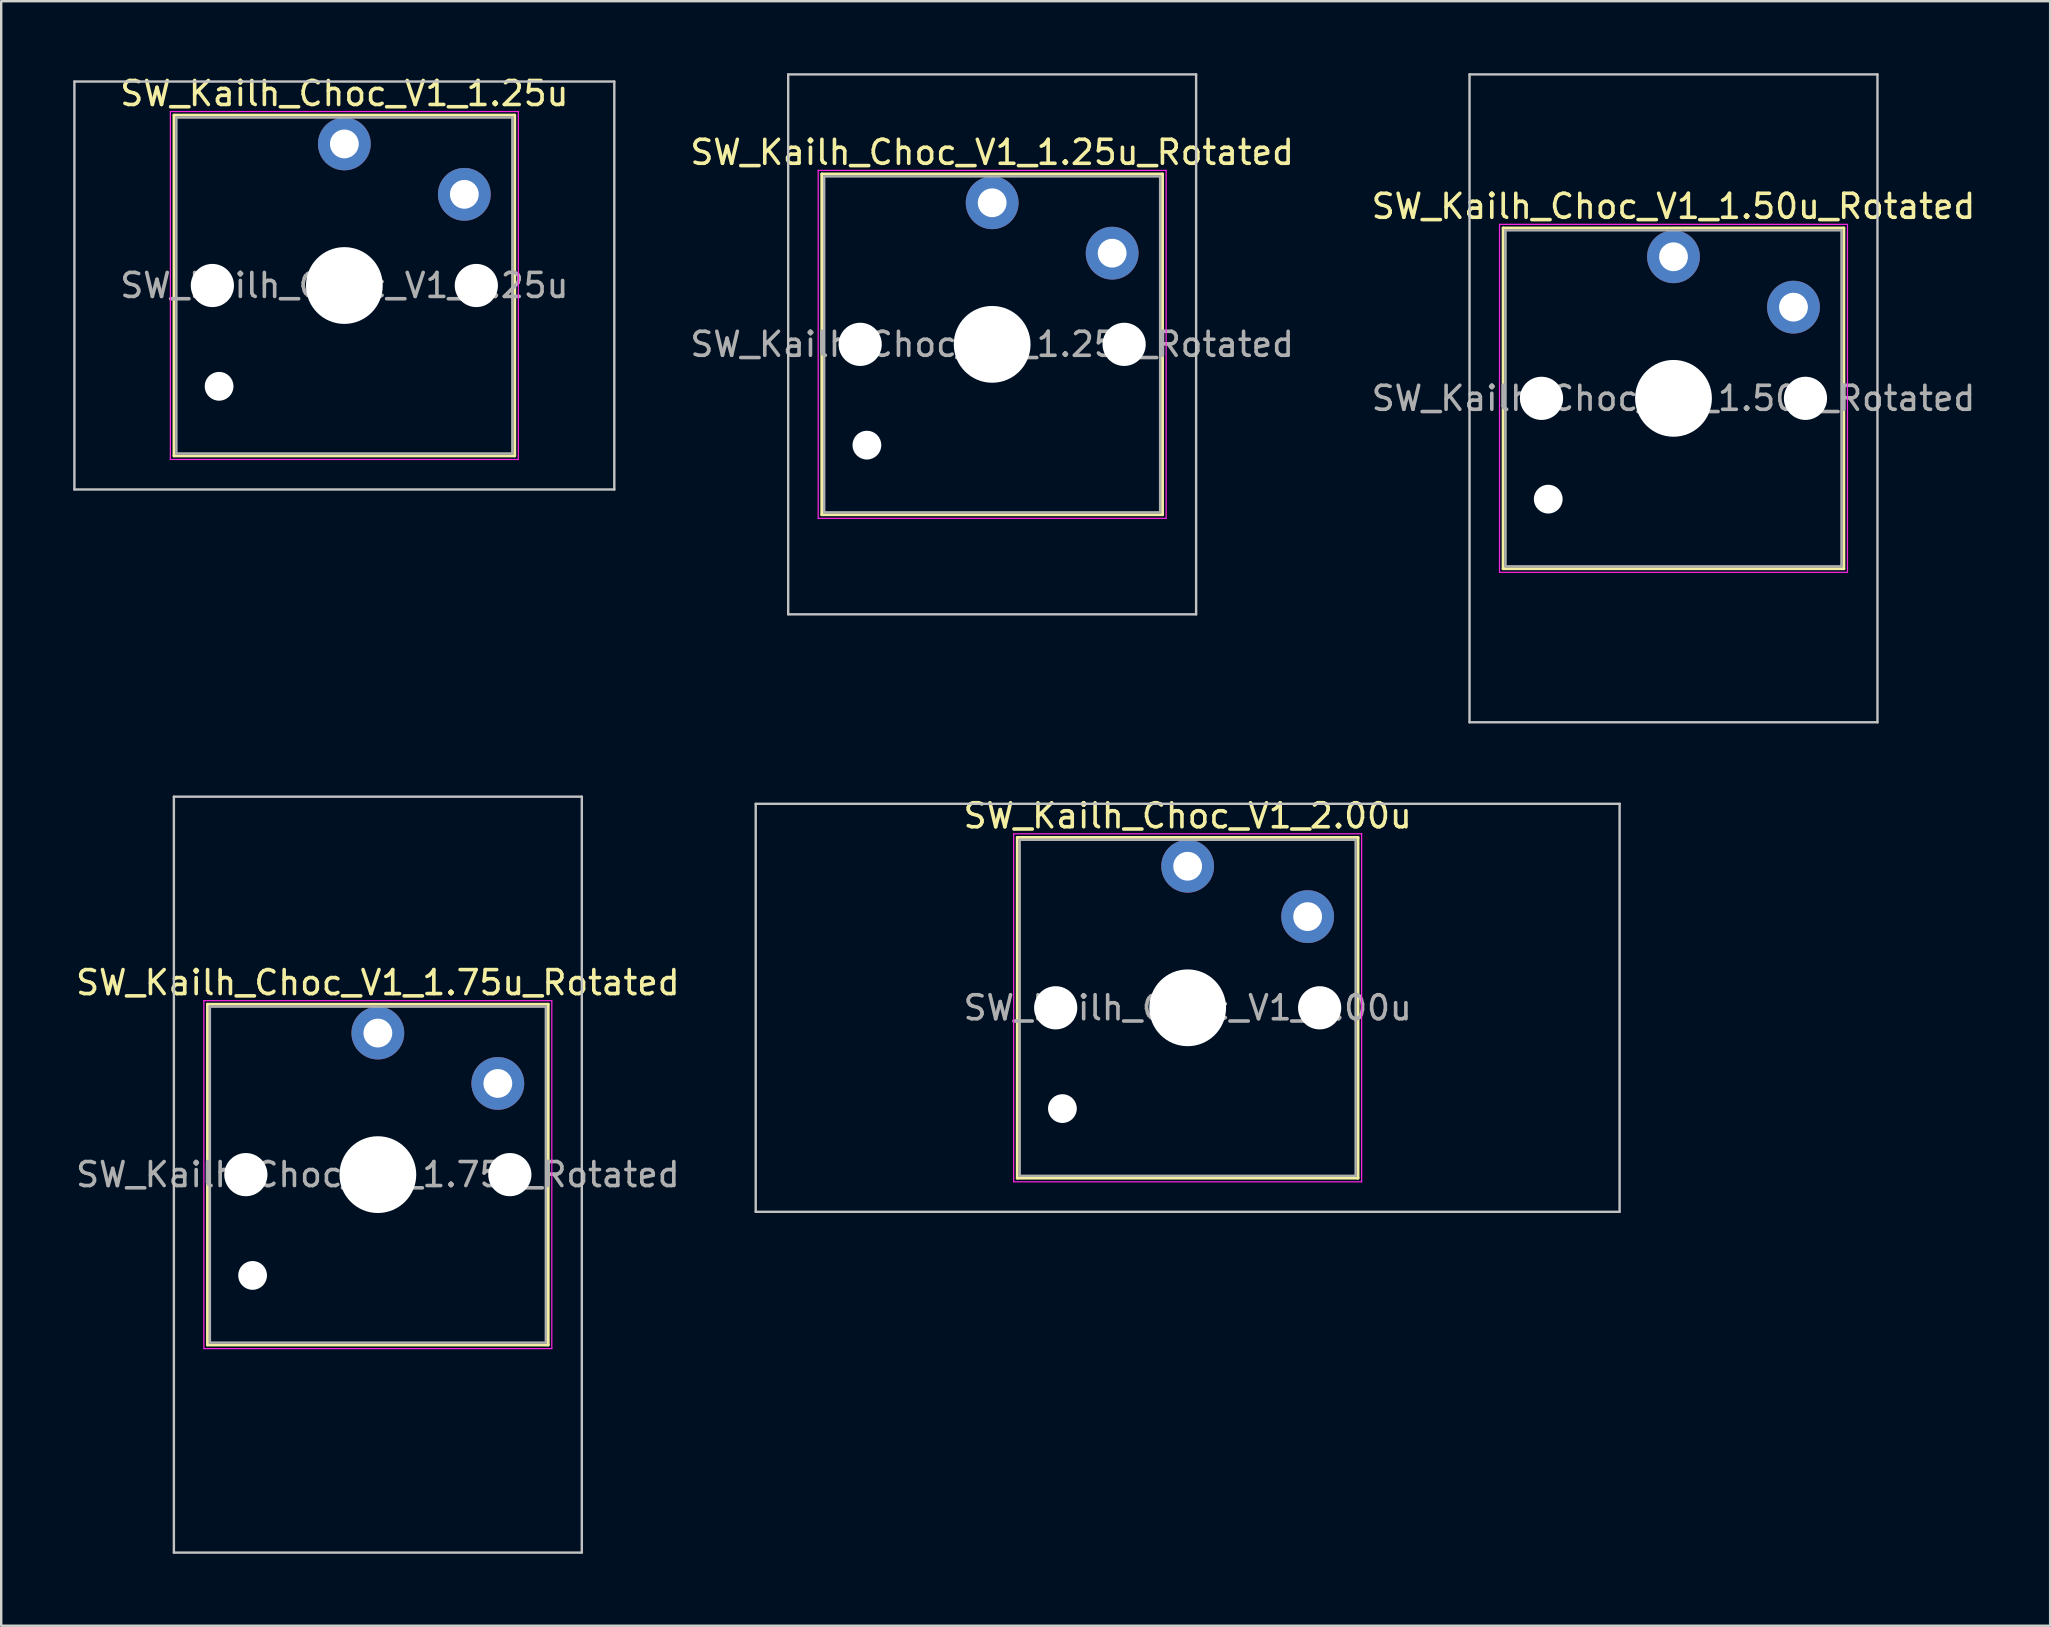
<source format=kicad_pcb>
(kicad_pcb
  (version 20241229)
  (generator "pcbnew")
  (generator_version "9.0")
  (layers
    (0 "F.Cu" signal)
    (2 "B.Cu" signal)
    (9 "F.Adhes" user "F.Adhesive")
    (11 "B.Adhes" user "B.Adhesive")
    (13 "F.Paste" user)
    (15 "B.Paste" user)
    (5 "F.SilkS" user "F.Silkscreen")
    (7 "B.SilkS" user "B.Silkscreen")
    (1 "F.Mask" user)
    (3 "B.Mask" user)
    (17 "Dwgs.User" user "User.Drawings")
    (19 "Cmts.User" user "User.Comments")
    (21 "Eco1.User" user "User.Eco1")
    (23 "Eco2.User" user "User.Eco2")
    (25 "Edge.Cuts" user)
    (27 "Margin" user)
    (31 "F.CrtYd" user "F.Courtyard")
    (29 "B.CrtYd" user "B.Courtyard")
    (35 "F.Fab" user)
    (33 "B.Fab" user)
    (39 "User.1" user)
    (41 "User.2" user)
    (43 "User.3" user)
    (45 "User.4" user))
  (footprint "SW_Kailh_Choc_V1_1.75u_Rotated"
    (layer "F.Cu")
    (at 12.696 45.9)
    (property "Reference" "SW_Kailh_Choc_V1_1.75u_Rotated" (at 0 -8 0) (layer "F.SilkS") (effects (font (size 1 1) (thickness 0.15))))
    (attr through_hole)
    (fp_line (start -7.1 -7.1) (end -7.1 7.1) (stroke (width 0.12) (type solid)) (layer "F.SilkS"))
    (fp_line (start -7.1 7.1) (end 7.1 7.1) (stroke (width 0.12) (type solid)) (layer "F.SilkS"))
    (fp_line (start 7.1 -7.1) (end -7.1 -7.1) (stroke (width 0.12) (type solid)) (layer "F.SilkS"))
    (fp_line (start 7.1 7.1) (end 7.1 -7.1) (stroke (width 0.12) (type solid)) (layer "F.SilkS"))
    (fp_line (start -8.5 -15.75) (end -8.5 15.75) (stroke (width 0.1) (type solid)) (layer "Dwgs.User"))
    (fp_line (start -8.5 15.75) (end 8.5 15.75) (stroke (width 0.1) (type solid)) (layer "Dwgs.User"))
    (fp_line (start 8.5 -15.75) (end -8.5 -15.75) (stroke (width 0.1) (type solid)) (layer "Dwgs.User"))
    (fp_line (start 8.5 15.75) (end 8.5 -15.75) (stroke (width 0.1) (type solid)) (layer "Dwgs.User"))
    (fp_line (start -7.25 -7.25) (end -7.25 7.25) (stroke (width 0.05) (type solid)) (layer "F.CrtYd"))
    (fp_line (start -7.25 7.25) (end 7.25 7.25) (stroke (width 0.05) (type solid)) (layer "F.CrtYd"))
    (fp_line (start 7.25 -7.25) (end -7.25 -7.25) (stroke (width 0.05) (type solid)) (layer "F.CrtYd"))
    (fp_line (start 7.25 7.25) (end 7.25 -7.25) (stroke (width 0.05) (type solid)) (layer "F.CrtYd"))
    (fp_line (start -7 -7) (end -7 7) (stroke (width 0.1) (type solid)) (layer "F.Fab"))
    (fp_line (start -7 7) (end 7 7) (stroke (width 0.1) (type solid)) (layer "F.Fab"))
    (fp_line (start 7 -7) (end -7 -7) (stroke (width 0.1) (type solid)) (layer "F.Fab"))
    (fp_line (start 7 7) (end 7 -7) (stroke (width 0.1) (type solid)) (layer "F.Fab"))
    (fp_text user "${REFERENCE}" (at 0 0 0) (layer "F.Fab") (effects (font (size 1 1) (thickness 0.15))))
    (pad "" np_thru_hole circle (at -5.5 0) (size 1.8 1.8) (drill 1.8) (layers "*.Cu" "*.Mask"))
    (pad "" np_thru_hole circle (at -5.22 4.2) (size 1.2 1.2) (drill 1.2) (layers "*.Cu" "*.Mask"))
    (pad "" np_thru_hole circle (at 0 0) (size 3.2 3.2) (drill 3.2) (layers "*.Cu" "*.Mask"))
    (pad "" np_thru_hole circle (at 5.5 0) (size 1.8 1.8) (drill 1.8) (layers "*.Cu" "*.Mask"))
    (pad "1" thru_hole circle (at 0 -5.9) (size 2.2 2.2) (drill 1.2) (layers "*.Cu" "B.Mask"))
    (pad "2" thru_hole circle (at 5 -3.8) (size 2.2 2.2) (drill 1.2) (layers "*.Cu" "B.Mask")))
  (footprint "SW_Kailh_Choc_V1_1.25u_Rotated"
    (layer "F.Cu")
    (at 38.296 11.3)
    (property "Reference" "SW_Kailh_Choc_V1_1.25u_Rotated" (at 0 -8 0) (layer "F.SilkS") (effects (font (size 1 1) (thickness 0.15))))
    (attr through_hole)
    (fp_line (start -7.1 -7.1) (end -7.1 7.1) (stroke (width 0.12) (type solid)) (layer "F.SilkS"))
    (fp_line (start -7.1 7.1) (end 7.1 7.1) (stroke (width 0.12) (type solid)) (layer "F.SilkS"))
    (fp_line (start 7.1 -7.1) (end -7.1 -7.1) (stroke (width 0.12) (type solid)) (layer "F.SilkS"))
    (fp_line (start 7.1 7.1) (end 7.1 -7.1) (stroke (width 0.12) (type solid)) (layer "F.SilkS"))
    (fp_line (start -8.5 -11.25) (end -8.5 11.25) (stroke (width 0.1) (type solid)) (layer "Dwgs.User"))
    (fp_line (start -8.5 11.25) (end 8.5 11.25) (stroke (width 0.1) (type solid)) (layer "Dwgs.User"))
    (fp_line (start 8.5 -11.25) (end -8.5 -11.25) (stroke (width 0.1) (type solid)) (layer "Dwgs.User"))
    (fp_line (start 8.5 11.25) (end 8.5 -11.25) (stroke (width 0.1) (type solid)) (layer "Dwgs.User"))
    (fp_line (start -7.25 -7.25) (end -7.25 7.25) (stroke (width 0.05) (type solid)) (layer "F.CrtYd"))
    (fp_line (start -7.25 7.25) (end 7.25 7.25) (stroke (width 0.05) (type solid)) (layer "F.CrtYd"))
    (fp_line (start 7.25 -7.25) (end -7.25 -7.25) (stroke (width 0.05) (type solid)) (layer "F.CrtYd"))
    (fp_line (start 7.25 7.25) (end 7.25 -7.25) (stroke (width 0.05) (type solid)) (layer "F.CrtYd"))
    (fp_line (start -7 -7) (end -7 7) (stroke (width 0.1) (type solid)) (layer "F.Fab"))
    (fp_line (start -7 7) (end 7 7) (stroke (width 0.1) (type solid)) (layer "F.Fab"))
    (fp_line (start 7 -7) (end -7 -7) (stroke (width 0.1) (type solid)) (layer "F.Fab"))
    (fp_line (start 7 7) (end 7 -7) (stroke (width 0.1) (type solid)) (layer "F.Fab"))
    (fp_text user "${REFERENCE}" (at 0 0 0) (layer "F.Fab") (effects (font (size 1 1) (thickness 0.15))))
    (pad "" np_thru_hole circle (at -5.5 0) (size 1.8 1.8) (drill 1.8) (layers "*.Cu" "*.Mask"))
    (pad "" np_thru_hole circle (at -5.22 4.2) (size 1.2 1.2) (drill 1.2) (layers "*.Cu" "*.Mask"))
    (pad "" np_thru_hole circle (at 0 0) (size 3.2 3.2) (drill 3.2) (layers "*.Cu" "*.Mask"))
    (pad "" np_thru_hole circle (at 5.5 0) (size 1.8 1.8) (drill 1.8) (layers "*.Cu" "*.Mask"))
    (pad "1" thru_hole circle (at 0 -5.9) (size 2.2 2.2) (drill 1.2) (layers "*.Cu" "B.Mask"))
    (pad "2" thru_hole circle (at 5 -3.8) (size 2.2 2.2) (drill 1.2) (layers "*.Cu" "B.Mask")))
  (footprint "SW_Kailh_Choc_V1_1.50u_Rotated"
    (layer "F.Cu")
    (at 66.689 13.55)
    (property "Reference" "SW_Kailh_Choc_V1_1.50u_Rotated" (at 0 -8 0) (layer "F.SilkS") (effects (font (size 1 1) (thickness 0.15))))
    (attr through_hole)
    (fp_line (start -7.1 -7.1) (end -7.1 7.1) (stroke (width 0.12) (type solid)) (layer "F.SilkS"))
    (fp_line (start -7.1 7.1) (end 7.1 7.1) (stroke (width 0.12) (type solid)) (layer "F.SilkS"))
    (fp_line (start 7.1 -7.1) (end -7.1 -7.1) (stroke (width 0.12) (type solid)) (layer "F.SilkS"))
    (fp_line (start 7.1 7.1) (end 7.1 -7.1) (stroke (width 0.12) (type solid)) (layer "F.SilkS"))
    (fp_line (start -8.5 -13.5) (end -8.5 13.5) (stroke (width 0.1) (type solid)) (layer "Dwgs.User"))
    (fp_line (start -8.5 13.5) (end 8.5 13.5) (stroke (width 0.1) (type solid)) (layer "Dwgs.User"))
    (fp_line (start 8.5 -13.5) (end -8.5 -13.5) (stroke (width 0.1) (type solid)) (layer "Dwgs.User"))
    (fp_line (start 8.5 13.5) (end 8.5 -13.5) (stroke (width 0.1) (type solid)) (layer "Dwgs.User"))
    (fp_line (start -7.25 -7.25) (end -7.25 7.25) (stroke (width 0.05) (type solid)) (layer "F.CrtYd"))
    (fp_line (start -7.25 7.25) (end 7.25 7.25) (stroke (width 0.05) (type solid)) (layer "F.CrtYd"))
    (fp_line (start 7.25 -7.25) (end -7.25 -7.25) (stroke (width 0.05) (type solid)) (layer "F.CrtYd"))
    (fp_line (start 7.25 7.25) (end 7.25 -7.25) (stroke (width 0.05) (type solid)) (layer "F.CrtYd"))
    (fp_line (start -7 -7) (end -7 7) (stroke (width 0.1) (type solid)) (layer "F.Fab"))
    (fp_line (start -7 7) (end 7 7) (stroke (width 0.1) (type solid)) (layer "F.Fab"))
    (fp_line (start 7 -7) (end -7 -7) (stroke (width 0.1) (type solid)) (layer "F.Fab"))
    (fp_line (start 7 7) (end 7 -7) (stroke (width 0.1) (type solid)) (layer "F.Fab"))
    (fp_text user "${REFERENCE}" (at 0 0 0) (layer "F.Fab") (effects (font (size 1 1) (thickness 0.15))))
    (pad "" np_thru_hole circle (at -5.5 0) (size 1.8 1.8) (drill 1.8) (layers "*.Cu" "*.Mask"))
    (pad "" np_thru_hole circle (at -5.22 4.2) (size 1.2 1.2) (drill 1.2) (layers "*.Cu" "*.Mask"))
    (pad "" np_thru_hole circle (at 0 0) (size 3.2 3.2) (drill 3.2) (layers "*.Cu" "*.Mask"))
    (pad "" np_thru_hole circle (at 5.5 0) (size 1.8 1.8) (drill 1.8) (layers "*.Cu" "*.Mask"))
    (pad "1" thru_hole circle (at 0 -5.9) (size 2.2 2.2) (drill 1.2) (layers "*.Cu" "B.Mask"))
    (pad "2" thru_hole circle (at 5 -3.8) (size 2.2 2.2) (drill 1.2) (layers "*.Cu" "B.Mask")))
  (footprint "SW_Kailh_Choc_V1_1.25u"
    (layer "F.Cu")
    (at 11.3 8.848)
    (property "Reference" "SW_Kailh_Choc_V1_1.25u" (at 0 -8 0) (layer "F.SilkS") (effects (font (size 1 1) (thickness 0.15))))
    (attr through_hole)
    (fp_line (start -7.1 -7.1) (end -7.1 7.1) (stroke (width 0.12) (type solid)) (layer "F.SilkS"))
    (fp_line (start -7.1 7.1) (end 7.1 7.1) (stroke (width 0.12) (type solid)) (layer "F.SilkS"))
    (fp_line (start 7.1 -7.1) (end -7.1 -7.1) (stroke (width 0.12) (type solid)) (layer "F.SilkS"))
    (fp_line (start 7.1 7.1) (end 7.1 -7.1) (stroke (width 0.12) (type solid)) (layer "F.SilkS"))
    (fp_line (start -11.25 -8.5) (end -11.25 8.5) (stroke (width 0.1) (type solid)) (layer "Dwgs.User"))
    (fp_line (start -11.25 8.5) (end 11.25 8.5) (stroke (width 0.1) (type solid)) (layer "Dwgs.User"))
    (fp_line (start 11.25 -8.5) (end -11.25 -8.5) (stroke (width 0.1) (type solid)) (layer "Dwgs.User"))
    (fp_line (start 11.25 8.5) (end 11.25 -8.5) (stroke (width 0.1) (type solid)) (layer "Dwgs.User"))
    (fp_line (start -7.25 -7.25) (end -7.25 7.25) (stroke (width 0.05) (type solid)) (layer "F.CrtYd"))
    (fp_line (start -7.25 7.25) (end 7.25 7.25) (stroke (width 0.05) (type solid)) (layer "F.CrtYd"))
    (fp_line (start 7.25 -7.25) (end -7.25 -7.25) (stroke (width 0.05) (type solid)) (layer "F.CrtYd"))
    (fp_line (start 7.25 7.25) (end 7.25 -7.25) (stroke (width 0.05) (type solid)) (layer "F.CrtYd"))
    (fp_line (start -7 -7) (end -7 7) (stroke (width 0.1) (type solid)) (layer "F.Fab"))
    (fp_line (start -7 7) (end 7 7) (stroke (width 0.1) (type solid)) (layer "F.Fab"))
    (fp_line (start 7 -7) (end -7 -7) (stroke (width 0.1) (type solid)) (layer "F.Fab"))
    (fp_line (start 7 7) (end 7 -7) (stroke (width 0.1) (type solid)) (layer "F.Fab"))
    (fp_text user "${REFERENCE}" (at 0 0 0) (layer "F.Fab") (effects (font (size 1 1) (thickness 0.15))))
    (pad "" np_thru_hole circle (at -5.5 0) (size 1.8 1.8) (drill 1.8) (layers "*.Cu" "*.Mask"))
    (pad "" np_thru_hole circle (at -5.22 4.2) (size 1.2 1.2) (drill 1.2) (layers "*.Cu" "*.Mask"))
    (pad "" np_thru_hole circle (at 0 0) (size 3.2 3.2) (drill 3.2) (layers "*.Cu" "*.Mask"))
    (pad "" np_thru_hole circle (at 5.5 0) (size 1.8 1.8) (drill 1.8) (layers "*.Cu" "*.Mask"))
    (pad "1" thru_hole circle (at 0 -5.9) (size 2.2 2.2) (drill 1.2) (layers "*.Cu" "B.Mask"))
    (pad "2" thru_hole circle (at 5 -3.8) (size 2.2 2.2) (drill 1.2) (layers "*.Cu" "B.Mask")))
  (footprint "SW_Kailh_Choc_V1_2.00u"
    (layer "F.Cu")
    (at 46.443 38.948)
    (property "Reference" "SW_Kailh_Choc_V1_2.00u" (at 0 -8 0) (layer "F.SilkS") (effects (font (size 1 1) (thickness 0.15))))
    (attr through_hole)
    (fp_line (start -7.1 -7.1) (end -7.1 7.1) (stroke (width 0.12) (type solid)) (layer "F.SilkS"))
    (fp_line (start -7.1 7.1) (end 7.1 7.1) (stroke (width 0.12) (type solid)) (layer "F.SilkS"))
    (fp_line (start 7.1 -7.1) (end -7.1 -7.1) (stroke (width 0.12) (type solid)) (layer "F.SilkS"))
    (fp_line (start 7.1 7.1) (end 7.1 -7.1) (stroke (width 0.12) (type solid)) (layer "F.SilkS"))
    (fp_line (start -18 -8.5) (end -18 8.5) (stroke (width 0.1) (type solid)) (layer "Dwgs.User"))
    (fp_line (start -18 8.5) (end 18 8.5) (stroke (width 0.1) (type solid)) (layer "Dwgs.User"))
    (fp_line (start 18 -8.5) (end -18 -8.5) (stroke (width 0.1) (type solid)) (layer "Dwgs.User"))
    (fp_line (start 18 8.5) (end 18 -8.5) (stroke (width 0.1) (type solid)) (layer "Dwgs.User"))
    (fp_line (start -7.25 -7.25) (end -7.25 7.25) (stroke (width 0.05) (type solid)) (layer "F.CrtYd"))
    (fp_line (start -7.25 7.25) (end 7.25 7.25) (stroke (width 0.05) (type solid)) (layer "F.CrtYd"))
    (fp_line (start 7.25 -7.25) (end -7.25 -7.25) (stroke (width 0.05) (type solid)) (layer "F.CrtYd"))
    (fp_line (start 7.25 7.25) (end 7.25 -7.25) (stroke (width 0.05) (type solid)) (layer "F.CrtYd"))
    (fp_line (start -7 -7) (end -7 7) (stroke (width 0.1) (type solid)) (layer "F.Fab"))
    (fp_line (start -7 7) (end 7 7) (stroke (width 0.1) (type solid)) (layer "F.Fab"))
    (fp_line (start 7 -7) (end -7 -7) (stroke (width 0.1) (type solid)) (layer "F.Fab"))
    (fp_line (start 7 7) (end 7 -7) (stroke (width 0.1) (type solid)) (layer "F.Fab"))
    (fp_text user "${REFERENCE}" (at 0 0 0) (layer "F.Fab") (effects (font (size 1 1) (thickness 0.15))))
    (pad "" np_thru_hole circle (at -5.5 0) (size 1.8 1.8) (drill 1.8) (layers "*.Cu" "*.Mask"))
    (pad "" np_thru_hole circle (at -5.22 4.2) (size 1.2 1.2) (drill 1.2) (layers "*.Cu" "*.Mask"))
    (pad "" np_thru_hole circle (at 0 0) (size 3.2 3.2) (drill 3.2) (layers "*.Cu" "*.Mask"))
    (pad "" np_thru_hole circle (at 5.5 0) (size 1.8 1.8) (drill 1.8) (layers "*.Cu" "*.Mask"))
    (pad "1" thru_hole circle (at 0 -5.9) (size 2.2 2.2) (drill 1.2) (layers "*.Cu" "B.Mask"))
    (pad "2" thru_hole circle (at 5 -3.8) (size 2.2 2.2) (drill 1.2) (layers "*.Cu" "B.Mask")))
  (gr_rect
    (start -3 -3)
    (end 82.386 64.7)
    (stroke (width 0.1) (type default))
    (fill no)
    (layer "Edge.Cuts")))
</source>
